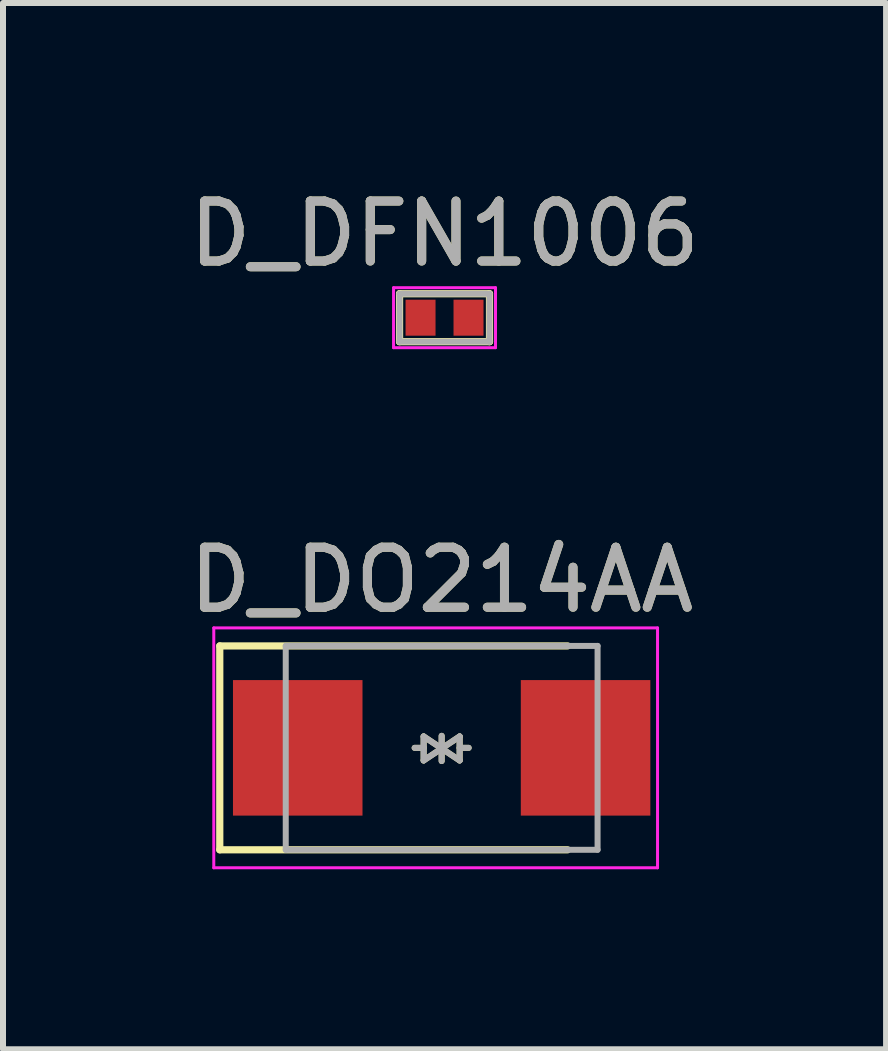
<source format=kicad_pcb>
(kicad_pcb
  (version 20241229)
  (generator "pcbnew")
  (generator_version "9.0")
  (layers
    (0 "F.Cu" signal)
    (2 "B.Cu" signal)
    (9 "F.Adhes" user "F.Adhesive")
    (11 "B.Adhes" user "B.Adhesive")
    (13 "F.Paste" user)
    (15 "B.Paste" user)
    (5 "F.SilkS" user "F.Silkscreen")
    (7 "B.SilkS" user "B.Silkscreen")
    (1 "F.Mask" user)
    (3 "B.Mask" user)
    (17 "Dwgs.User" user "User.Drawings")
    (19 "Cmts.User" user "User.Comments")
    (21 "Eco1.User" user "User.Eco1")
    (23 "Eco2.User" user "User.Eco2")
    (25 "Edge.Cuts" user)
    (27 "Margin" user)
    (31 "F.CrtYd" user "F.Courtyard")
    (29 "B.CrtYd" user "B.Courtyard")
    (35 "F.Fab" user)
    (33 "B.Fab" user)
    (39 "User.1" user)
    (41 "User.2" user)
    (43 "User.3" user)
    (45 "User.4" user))
  (footprint "D_DO214AA"
    (layer "F.Cu")
    (at 4.315 9.421)
    (property "Reference" "D_DO214AA" (at 0 -2.8 0) (layer "F.SilkS") (effects (font (size 1 1) (thickness 0.15))))
    (attr smd)
    (fp_line (start -3.7 -1.7) (end -3.7 1.7) (stroke (width 0.12) (type solid)) (layer "F.SilkS"))
    (fp_line (start -3.7 -1.7) (end 2.1 -1.7) (stroke (width 0.12) (type solid)) (layer "F.SilkS"))
    (fp_line (start -3.7 1.7) (end 2.1 1.7) (stroke (width 0.12) (type solid)) (layer "F.SilkS"))
    (fp_line (start -0.3 -0.19) (end 0 0.01) (stroke (width 0.1) (type solid)) (layer "F.SilkS"))
    (fp_line (start -0.3 0) (end -0.45 0) (stroke (width 0.1) (type solid)) (layer "F.SilkS"))
    (fp_line (start -0.3 0.21) (end -0.3 -0.19) (stroke (width 0.1) (type solid)) (layer "F.SilkS"))
    (fp_line (start 0 0.01) (end -0.3 0.21) (stroke (width 0.1) (type solid)) (layer "F.SilkS"))
    (fp_line (start 0 0.01) (end 0.3 0.21) (stroke (width 0.1) (type solid)) (layer "F.SilkS"))
    (fp_line (start 0 0.22) (end 0 -0.2) (stroke (width 0.1) (type solid)) (layer "F.SilkS"))
    (fp_line (start 0.3 -0.19) (end 0 0.01) (stroke (width 0.1) (type solid)) (layer "F.SilkS"))
    (fp_line (start 0.3 0) (end 0.45 0) (stroke (width 0.1) (type solid)) (layer "F.SilkS"))
    (fp_line (start 0.3 0.21) (end 0.3 -0.19) (stroke (width 0.1) (type solid)) (layer "F.SilkS"))
    (fp_line (start -3.8 -2) (end -3.8 2) (stroke (width 0.05) (type solid)) (layer "F.CrtYd"))
    (fp_line (start -3.8 -2) (end 3.6 -2) (stroke (width 0.05) (type solid)) (layer "F.CrtYd"))
    (fp_line (start 3.6 -2) (end 3.6 2) (stroke (width 0.05) (type solid)) (layer "F.CrtYd"))
    (fp_line (start 3.6 2) (end -3.8 2) (stroke (width 0.05) (type solid)) (layer "F.CrtYd"))
    (fp_line (start -2.6 -1.7) (end -2.6 1.7) (stroke (width 0.1) (type solid)) (layer "F.Fab"))
    (fp_line (start -2.6 1.7) (end 2.6 1.7) (stroke (width 0.1) (type solid)) (layer "F.Fab"))
    (fp_line (start -0.3 -0.19) (end 0 0.01) (stroke (width 0.1) (type solid)) (layer "F.Fab"))
    (fp_line (start -0.3 0) (end -0.45 0) (stroke (width 0.1) (type solid)) (layer "F.Fab"))
    (fp_line (start -0.3 0.21) (end -0.3 -0.19) (stroke (width 0.1) (type solid)) (layer "F.Fab"))
    (fp_line (start 0 0.01) (end -0.3 0.21) (stroke (width 0.1) (type solid)) (layer "F.Fab"))
    (fp_line (start 0 0.01) (end 0.3 0.21) (stroke (width 0.1) (type solid)) (layer "F.Fab"))
    (fp_line (start 0 0.22) (end 0 -0.2) (stroke (width 0.1) (type solid)) (layer "F.Fab"))
    (fp_line (start 0.3 -0.19) (end 0 0.01) (stroke (width 0.1) (type solid)) (layer "F.Fab"))
    (fp_line (start 0.3 0) (end 0.45 0) (stroke (width 0.1) (type solid)) (layer "F.Fab"))
    (fp_line (start 0.3 0.21) (end 0.3 -0.19) (stroke (width 0.1) (type solid)) (layer "F.Fab"))
    (fp_line (start 2.6 -1.7) (end -2.6 -1.7) (stroke (width 0.1) (type solid)) (layer "F.Fab"))
    (fp_line (start 2.6 1.7) (end 2.6 -1.7) (stroke (width 0.1) (type solid)) (layer "F.Fab"))
    (fp_text user "${REFERENCE}" (at 0 -2.8 0) (layer "F.Fab") (effects (font (size 1 1) (thickness 0.15))))
    (pad "1" smd rect (at -2.4 0) (size 2.16 2.26) (layers "F.Cu" "F.Mask" "F.Paste"))
    (pad "2" smd rect (at 2.4 0) (size 2.16 2.26) (layers "F.Cu" "F.Mask" "F.Paste")))
  (footprint "D_DFN1006"
    (layer "F.Cu")
    (at 4.363 2.248)
    (property "Reference" "D_DFN1006" (at 0 -1.4 0) (layer "F.SilkS") (effects (font (size 1 1) (thickness 0.15))))
    (attr smd)
    (fp_line (start -0.75 -0.4) (end -0.75 0.4) (stroke (width 0.12) (type solid)) (layer "F.SilkS"))
    (fp_line (start -0.75 -0.4) (end 0.75 -0.4) (stroke (width 0.12) (type solid)) (layer "F.SilkS"))
    (fp_line (start -0.75 0.4) (end 0.75 0.4) (stroke (width 0.12) (type solid)) (layer "F.SilkS"))
    (fp_line (start 0.75 -0.4) (end 0.75 0.4) (stroke (width 0.12) (type solid)) (layer "F.SilkS"))
    (fp_line (start -0.85 -0.5) (end -0.85 0.5) (stroke (width 0.05) (type solid)) (layer "F.CrtYd"))
    (fp_line (start -0.85 -0.5) (end 0.85 -0.5) (stroke (width 0.05) (type solid)) (layer "F.CrtYd"))
    (fp_line (start 0.85 -0.5) (end 0.85 0.5) (stroke (width 0.05) (type solid)) (layer "F.CrtYd"))
    (fp_line (start 0.85 0.5) (end -0.85 0.5) (stroke (width 0.05) (type solid)) (layer "F.CrtYd"))
    (fp_line (start -0.75 -0.4) (end -0.75 0.4) (stroke (width 0.1) (type solid)) (layer "F.Fab"))
    (fp_line (start -0.75 0.4) (end 0.75 0.4) (stroke (width 0.1) (type solid)) (layer "F.Fab"))
    (fp_line (start 0.75 -0.4) (end -0.75 -0.4) (stroke (width 0.1) (type solid)) (layer "F.Fab"))
    (fp_line (start 0.75 0.4) (end 0.75 -0.4) (stroke (width 0.1) (type solid)) (layer "F.Fab"))
    (fp_text user "${REFERENCE}" (at 0 -1.4 0) (layer "F.Fab") (effects (font (size 1 1) (thickness 0.15))))
    (pad "1" smd rect (at -0.4 0) (size 0.5 0.6) (layers "F.Cu" "F.Mask" "F.Paste"))
    (pad "2" smd rect (at 0.4 0) (size 0.5 0.6) (layers "F.Cu" "F.Mask" "F.Paste")))
  (gr_rect
    (start -3 -3)
    (end 11.726 14.447)
    (stroke (width 0.1) (type default))
    (fill no)
    (layer "Edge.Cuts")))
</source>
